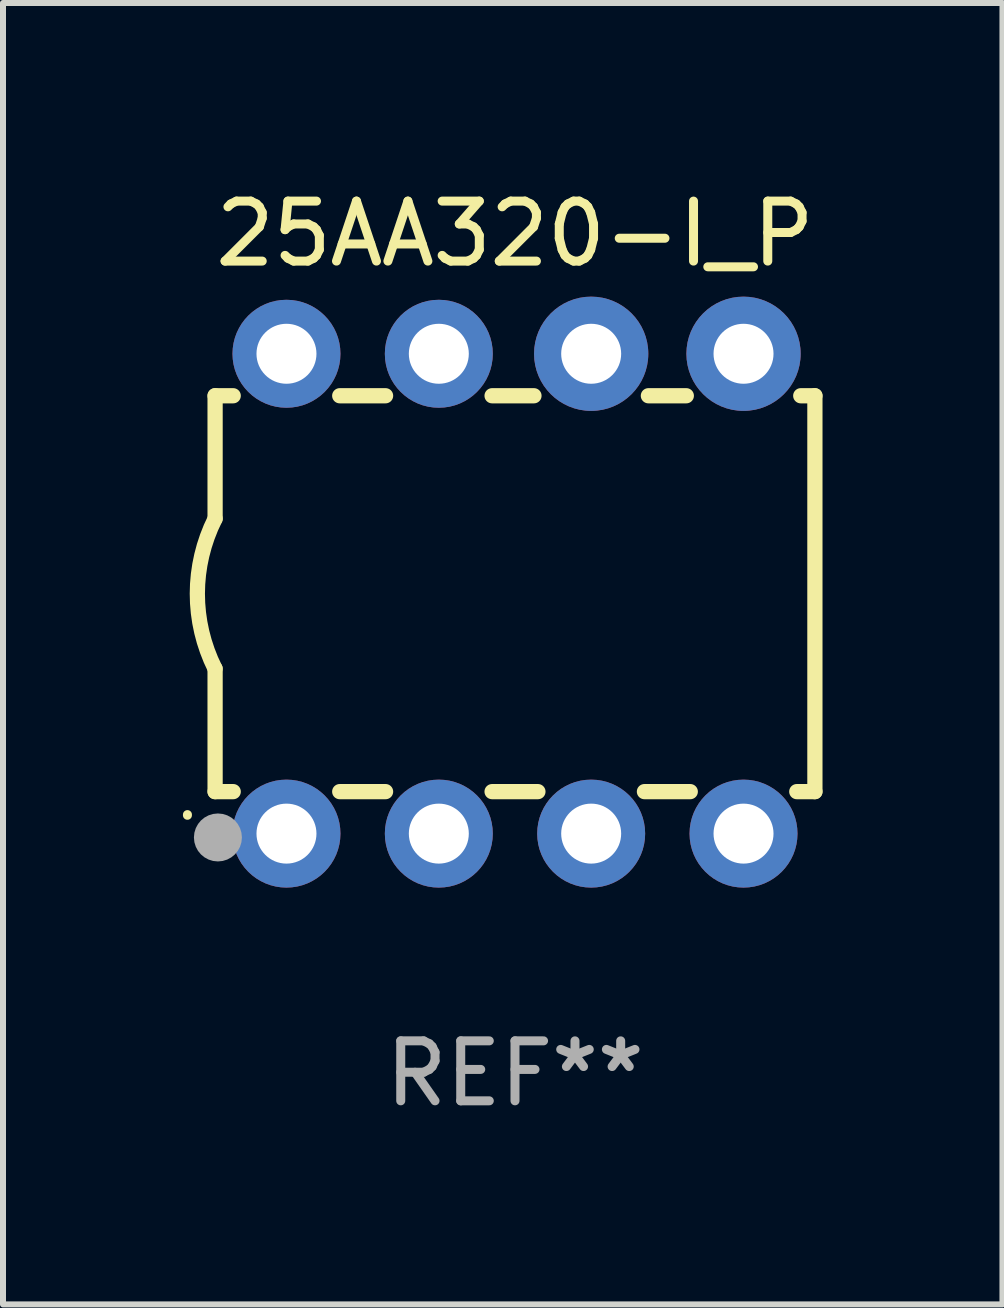
<source format=kicad_pcb>
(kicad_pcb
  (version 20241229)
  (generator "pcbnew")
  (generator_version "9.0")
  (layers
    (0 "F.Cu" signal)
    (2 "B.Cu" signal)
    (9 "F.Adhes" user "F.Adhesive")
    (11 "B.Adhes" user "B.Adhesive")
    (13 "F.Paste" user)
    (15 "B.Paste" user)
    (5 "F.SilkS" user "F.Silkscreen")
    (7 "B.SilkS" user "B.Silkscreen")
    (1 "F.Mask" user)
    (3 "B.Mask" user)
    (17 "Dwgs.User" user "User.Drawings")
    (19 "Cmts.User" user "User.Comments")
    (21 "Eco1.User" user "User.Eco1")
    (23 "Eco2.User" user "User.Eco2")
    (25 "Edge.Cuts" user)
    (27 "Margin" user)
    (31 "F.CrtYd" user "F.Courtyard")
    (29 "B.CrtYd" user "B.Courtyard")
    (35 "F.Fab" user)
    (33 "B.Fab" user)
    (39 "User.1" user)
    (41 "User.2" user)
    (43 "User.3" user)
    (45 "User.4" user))
  (footprint "25AA320-I_P"
    (layer "F.Cu")
    (at 5.536 6.848)
    (property "Reference" "25AA320-I_P" (at 0 -6 0) (layer "F.SilkS") (effects (font (size 1 1) (thickness 0.15))))
    (attr through_hole)
    (fp_line (start -5 -3.3) (end -5 -1.25) (stroke (width 0.254) (type solid)) (layer "F.SilkS"))
    (fp_line (start -5 -3.3) (end -4.698 -3.3) (stroke (width 0.254) (type solid)) (layer "F.SilkS"))
    (fp_line (start -5 3.3) (end -5 1.25) (stroke (width 0.254) (type solid)) (layer "F.SilkS"))
    (fp_line (start -5 3.3) (end -4.698 3.3) (stroke (width 0.254) (type solid)) (layer "F.SilkS"))
    (fp_line (start -2.922 -3.3) (end -2.158 -3.3) (stroke (width 0.254) (type solid)) (layer "F.SilkS"))
    (fp_line (start -2.922 3.3) (end -2.158 3.3) (stroke (width 0.254) (type solid)) (layer "F.SilkS"))
    (fp_line (start -0.382 -3.3) (end 0.316 -3.3) (stroke (width 0.254) (type solid)) (layer "F.SilkS"))
    (fp_line (start -0.382 3.3) (end 0.382 3.3) (stroke (width 0.254) (type solid)) (layer "F.SilkS"))
    (fp_line (start 2.158 3.3) (end 2.922 3.3) (stroke (width 0.254) (type solid)) (layer "F.SilkS"))
    (fp_line (start 2.224 -3.3) (end 2.856 -3.3) (stroke (width 0.254) (type solid)) (layer "F.SilkS"))
    (fp_line (start 4.698 3.3) (end 5 3.3) (stroke (width 0.254) (type solid)) (layer "F.SilkS"))
    (fp_line (start 4.764 -3.3) (end 5 -3.3) (stroke (width 0.254) (type solid)) (layer "F.SilkS"))
    (fp_line (start 5 -3.3) (end 5 3.3) (stroke (width 0.254) (type solid)) (layer "F.SilkS"))
    (fp_arc (start -5.46124 3.694259) (mid -5.461175 3.688632) (end -5.460986 3.683007) (stroke (width 0.149987) (type solid)) (layer "F.SilkS"))
    (fp_arc (start -5.00127 1.249682) (mid -5.295892 -0.000313) (end -5.000025 -1.250013) (stroke (width 0.254001) (type solid)) (layer "F.SilkS"))
    (fp_circle (center -4.795 4.237) (end -4.765 4.237) (stroke (width 0.06) (type solid)) (fill no) (layer "F.SilkS"))
    (fp_circle (center -4.953 4.064) (end -4.753 4.064) (stroke (width 0.4) (type solid)) (fill no) (layer "F.Fab"))
    (fp_text user "REF**" (at 0 8 0) (layer "F.Fab") (effects (font (size 1 1) (thickness 0.15))))
    (pad "1" thru_hole circle (at -3.81 4) (size 1.8 1.8) (drill 1) (layers "*.Cu" "*.Mask"))
    (pad "2" thru_hole circle (at -1.27 4) (size 1.8 1.8) (drill 1) (layers "*.Cu" "*.Mask"))
    (pad "3" thru_hole circle (at 1.27 4) (size 1.8 1.8) (drill 1) (layers "*.Cu" "*.Mask"))
    (pad "4" thru_hole circle (at 3.81 4) (size 1.8 1.8) (drill 1) (layers "*.Cu" "*.Mask"))
    (pad "5" thru_hole circle (at 3.81 -4) (size 1.905 1.905) (drill 1) (layers "*.Cu" "*.Mask"))
    (pad "6" thru_hole circle (at 1.27 -4) (size 1.905 1.905) (drill 1) (layers "*.Cu" "*.Mask"))
    (pad "7" thru_hole circle (at -1.27 -4) (size 1.8 1.8) (drill 1) (layers "*.Cu" "*.Mask"))
    (pad "8" thru_hole circle (at -3.81 -4) (size 1.8 1.8) (drill 1) (layers "*.Cu" "*.Mask")))
  (gr_rect
    (start -3 -3)
    (end 13.663 18.697)
    (stroke (width 0.1) (type default))
    (fill no)
    (layer "Edge.Cuts")))
</source>
